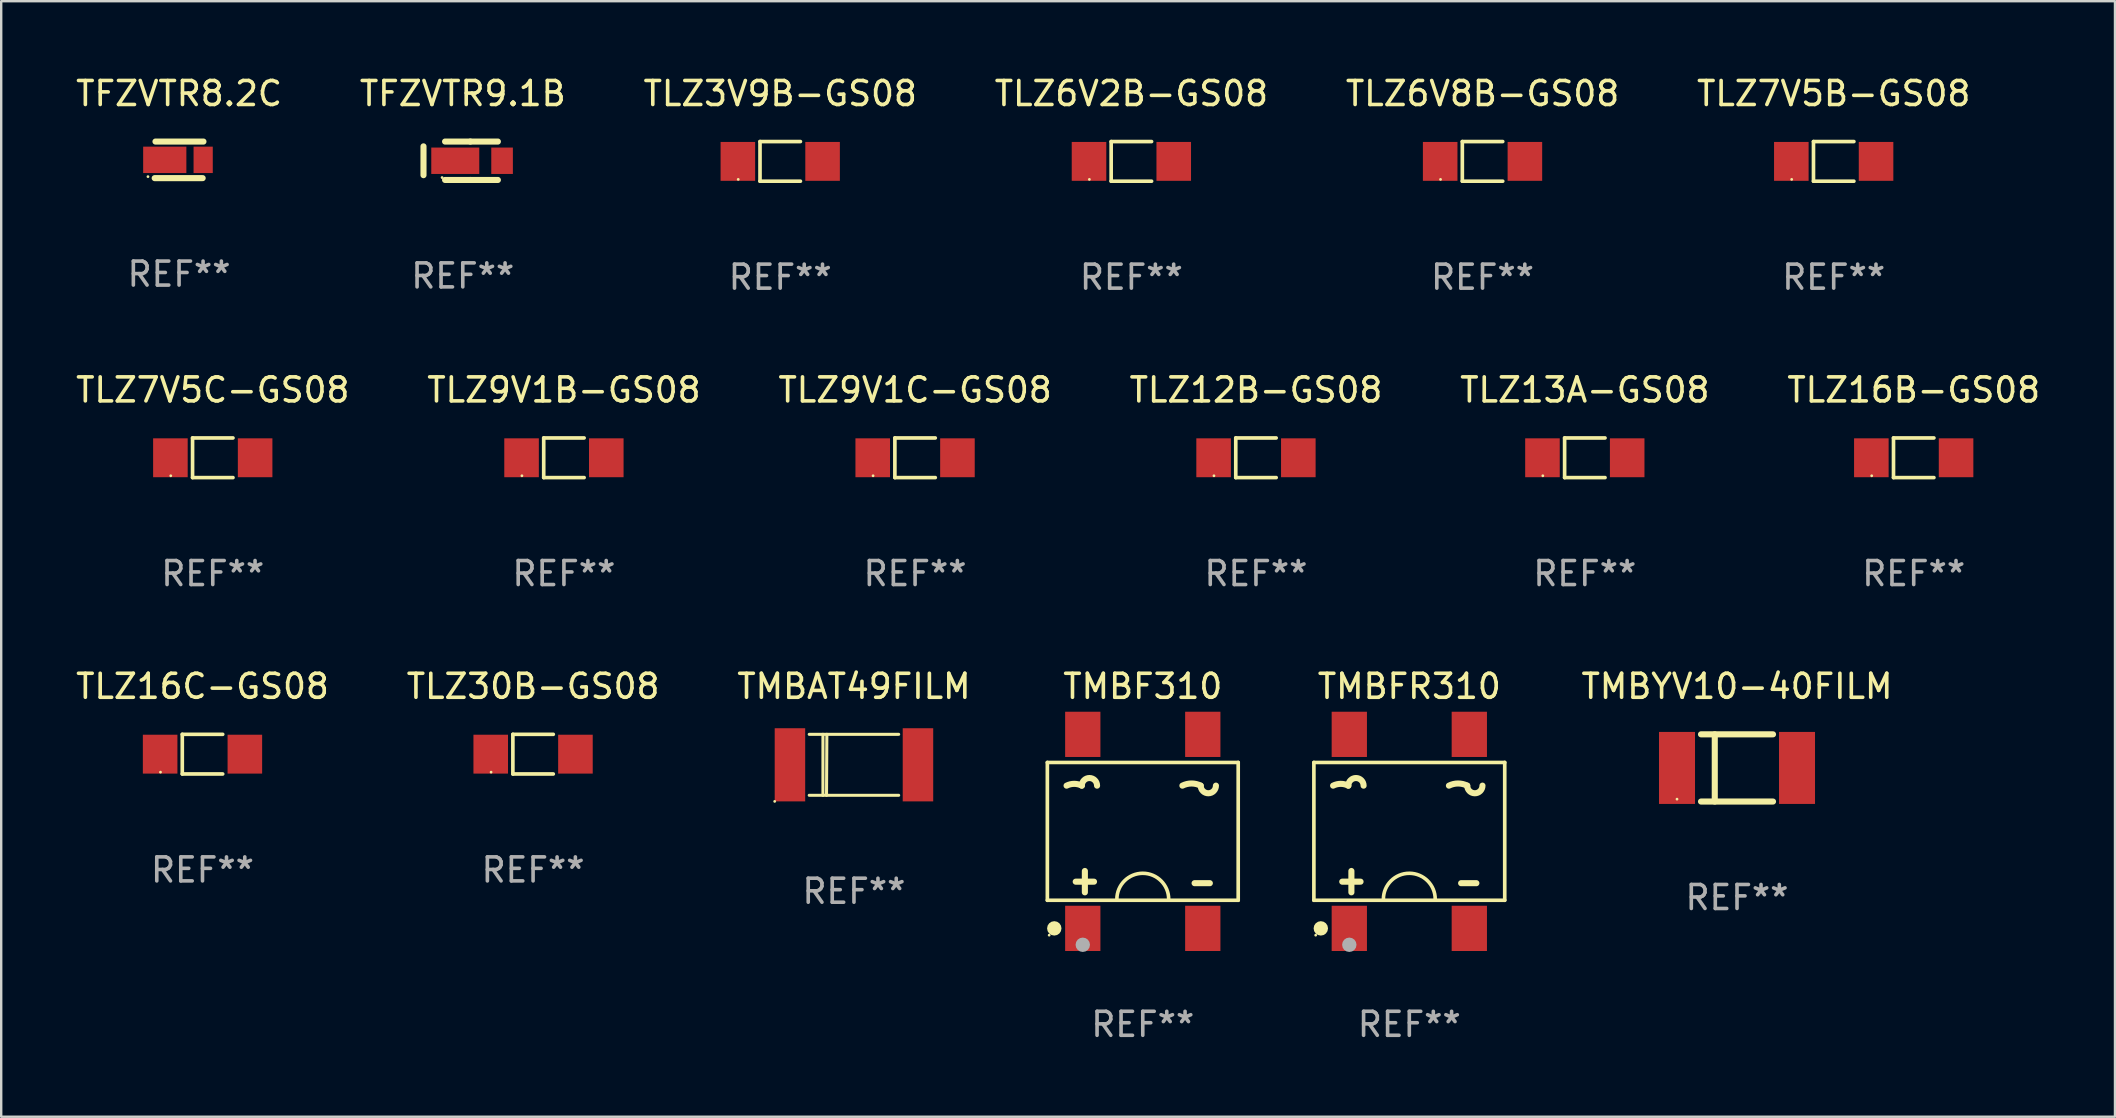
<source format=kicad_pcb>
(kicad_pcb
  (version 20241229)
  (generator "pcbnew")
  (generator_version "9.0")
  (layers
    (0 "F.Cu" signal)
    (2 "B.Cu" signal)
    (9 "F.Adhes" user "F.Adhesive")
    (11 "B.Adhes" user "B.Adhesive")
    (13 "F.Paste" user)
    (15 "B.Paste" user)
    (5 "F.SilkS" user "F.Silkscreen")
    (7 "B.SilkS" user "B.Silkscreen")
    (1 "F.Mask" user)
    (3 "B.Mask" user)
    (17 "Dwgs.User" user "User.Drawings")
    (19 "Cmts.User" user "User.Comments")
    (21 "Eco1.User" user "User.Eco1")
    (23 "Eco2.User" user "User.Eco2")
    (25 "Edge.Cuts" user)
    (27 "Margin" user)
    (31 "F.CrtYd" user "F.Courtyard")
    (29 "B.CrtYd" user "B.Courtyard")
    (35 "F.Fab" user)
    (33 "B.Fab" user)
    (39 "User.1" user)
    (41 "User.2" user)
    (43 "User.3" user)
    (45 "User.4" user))
  (footprint "TLZ30B-GS08"
    (layer "F.Cu")
    (at 19.161 28.372)
    (property "Reference" "TLZ30B-GS08" (at 0 -2.826 0) (layer "F.SilkS") (effects (font (size 1 1) (thickness 0.15))))
    (attr through_hole)
    (fp_line (start -0.842 -0.826) (end -0.842 0.826) (stroke (width 0.152) (type solid)) (layer "F.SilkS"))
    (fp_line (start -0.842 -0.826) (end 0.842 -0.826) (stroke (width 0.152) (type solid)) (layer "F.SilkS"))
    (fp_line (start -0.842 0.826) (end 0.842 0.826) (stroke (width 0.152) (type solid)) (layer "F.SilkS"))
    (fp_circle (center -1.75 0.75) (end -1.72 0.75) (stroke (width 0.06) (type solid)) (fill no) (layer "F.SilkS"))
    (fp_text user "REF**" (at 0 4.826 0) (layer "F.Fab") (effects (font (size 1 1) (thickness 0.15))))
    (pad "1" smd rect (at -1.765 0) (size 1.44 1.62) (layers "F.Cu" "F.Mask" "F.Paste"))
    (pad "2" smd rect (at 1.765 0) (size 1.44 1.62) (layers "F.Cu" "F.Mask" "F.Paste")))
  (footprint "TLZ13A-GS08"
    (layer "F.Cu")
    (at 62.982 16.023)
    (property "Reference" "TLZ13A-GS08" (at 0 -2.826 0) (layer "F.SilkS") (effects (font (size 1 1) (thickness 0.15))))
    (attr through_hole)
    (fp_line (start -0.842 -0.826) (end -0.842 0.826) (stroke (width 0.152) (type solid)) (layer "F.SilkS"))
    (fp_line (start -0.842 -0.826) (end 0.842 -0.826) (stroke (width 0.152) (type solid)) (layer "F.SilkS"))
    (fp_line (start -0.842 0.826) (end 0.842 0.826) (stroke (width 0.152) (type solid)) (layer "F.SilkS"))
    (fp_circle (center -1.75 0.75) (end -1.72 0.75) (stroke (width 0.06) (type solid)) (fill no) (layer "F.SilkS"))
    (fp_text user "REF**" (at 0 4.826 0) (layer "F.Fab") (effects (font (size 1 1) (thickness 0.15))))
    (pad "1" smd rect (at -1.765 0) (size 1.44 1.62) (layers "F.Cu" "F.Mask" "F.Paste"))
    (pad "2" smd rect (at 1.765 0) (size 1.44 1.62) (layers "F.Cu" "F.Mask" "F.Paste")))
  (footprint "TLZ7V5B-GS08"
    (layer "F.Cu")
    (at 73.351 3.674)
    (property "Reference" "TLZ7V5B-GS08" (at 0 -2.826 0) (layer "F.SilkS") (effects (font (size 1 1) (thickness 0.15))))
    (attr through_hole)
    (fp_line (start -0.842 -0.826) (end -0.842 0.826) (stroke (width 0.152) (type solid)) (layer "F.SilkS"))
    (fp_line (start -0.842 -0.826) (end 0.842 -0.826) (stroke (width 0.152) (type solid)) (layer "F.SilkS"))
    (fp_line (start -0.842 0.826) (end 0.842 0.826) (stroke (width 0.152) (type solid)) (layer "F.SilkS"))
    (fp_circle (center -1.75 0.75) (end -1.72 0.75) (stroke (width 0.06) (type solid)) (fill no) (layer "F.SilkS"))
    (fp_text user "REF**" (at 0 4.826 0) (layer "F.Fab") (effects (font (size 1 1) (thickness 0.15))))
    (pad "1" smd rect (at -1.765 0) (size 1.44 1.62) (layers "F.Cu" "F.Mask" "F.Paste"))
    (pad "2" smd rect (at 1.765 0) (size 1.44 1.62) (layers "F.Cu" "F.Mask" "F.Paste")))
  (footprint "TMBFR310"
    (layer "F.Cu")
    (at 55.669 31.589)
    (property "Reference" "TMBFR310" (at 0 -6.042 0) (layer "F.SilkS") (effects (font (size 1 1) (thickness 0.15))))
    (attr through_hole)
    (fp_line (start -3.976 -2.871) (end 3.976 -2.871) (stroke (width 0.152) (type solid)) (layer "F.SilkS"))
    (fp_line (start -3.976 2.871) (end -3.976 -2.871) (stroke (width 0.152) (type solid)) (layer "F.SilkS"))
    (fp_line (start -2.794 2.096) (end -2.032 2.096) (stroke (width 0.254) (type solid)) (layer "F.SilkS"))
    (fp_line (start -2.413 1.651) (end -2.413 2.54) (stroke (width 0.254) (type solid)) (layer "F.SilkS"))
    (fp_line (start 2.159 2.159) (end 2.794 2.159) (stroke (width 0.254) (type solid)) (layer "F.SilkS"))
    (fp_line (start 3.976 -2.871) (end 3.976 2.871) (stroke (width 0.152) (type solid)) (layer "F.SilkS"))
    (fp_line (start 3.976 2.871) (end -3.976 2.871) (stroke (width 0.152) (type solid)) (layer "F.SilkS"))
    (fp_arc (start -3.175006 -1.905004) (mid -2.857506 -1.979955) (end -2.540005 -1.905004) (stroke (width 0.254001) (type solid)) (layer "F.SilkS"))
    (fp_arc (start -2.540004 -1.905004) (mid -2.222504 -2.222504) (end -1.905004 -1.905004) (stroke (width 0.254001) (type solid)) (layer "F.SilkS"))
    (fp_arc (start -1.079502 2.825756) (mid 0 1.746254) (end 1.079502 2.825756) (stroke (width 0.150013) (type solid)) (layer "F.SilkS"))
    (fp_arc (start 1.651003 -1.905004) (mid 2.032004 -1.994946) (end 2.413005 -1.905004) (stroke (width 0.254001) (type solid)) (layer "F.SilkS"))
    (fp_arc (start 3.048006 -1.905004) (mid 2.730505 -1.587503) (end 2.413004 -1.905004) (stroke (width 0.254001) (type solid)) (layer "F.SilkS"))
    (fp_circle (center -3.9 4.325) (end -3.87 4.325) (stroke (width 0.06) (type solid)) (fill no) (layer "F.SilkS"))
    (fp_circle (center -3.687 4.042) (end -3.537 4.042) (stroke (width 0.3) (type solid)) (fill no) (layer "F.SilkS"))
    (fp_circle (center -2.5 4.725) (end -2.35 4.725) (stroke (width 0.3) (type solid)) (fill no) (layer "F.Fab"))
    (fp_text user "REF**" (at 0 8.042 0) (layer "F.Fab") (effects (font (size 1 1) (thickness 0.15))))
    (pad "1" smd rect (at -2.5 4.042) (size 1.47 1.885) (layers "F.Cu" "F.Mask" "F.Paste"))
    (pad "2" smd rect (at 2.5 4.042) (size 1.47 1.885) (layers "F.Cu" "F.Mask" "F.Paste"))
    (pad "3" smd rect (at 2.5 -4.042) (size 1.47 1.885) (layers "F.Cu" "F.Mask" "F.Paste"))
    (pad "4" smd rect (at -2.5 -4.042) (size 1.47 1.885) (layers "F.Cu" "F.Mask" "F.Paste")))
  (footprint "TLZ7V5C-GS08"
    (layer "F.Cu")
    (at 5.815 16.023)
    (property "Reference" "TLZ7V5C-GS08" (at 0 -2.826 0) (layer "F.SilkS") (effects (font (size 1 1) (thickness 0.15))))
    (attr through_hole)
    (fp_line (start -0.842 -0.826) (end -0.842 0.826) (stroke (width 0.152) (type solid)) (layer "F.SilkS"))
    (fp_line (start -0.842 -0.826) (end 0.842 -0.826) (stroke (width 0.152) (type solid)) (layer "F.SilkS"))
    (fp_line (start -0.842 0.826) (end 0.842 0.826) (stroke (width 0.152) (type solid)) (layer "F.SilkS"))
    (fp_circle (center -1.75 0.75) (end -1.72 0.75) (stroke (width 0.06) (type solid)) (fill no) (layer "F.SilkS"))
    (fp_text user "REF**" (at 0 4.826 0) (layer "F.Fab") (effects (font (size 1 1) (thickness 0.15))))
    (pad "1" smd rect (at -1.765 0) (size 1.44 1.62) (layers "F.Cu" "F.Mask" "F.Paste"))
    (pad "2" smd rect (at 1.765 0) (size 1.44 1.62) (layers "F.Cu" "F.Mask" "F.Paste")))
  (footprint "TMBAT49FILM"
    (layer "F.Cu")
    (at 32.53 28.816)
    (property "Reference" "TMBAT49FILM" (at 0 -3.27 0) (layer "F.SilkS") (effects (font (size 1 1) (thickness 0.15))))
    (attr through_hole)
    (fp_line (start -1.292 1.27) (end -1.292 -1.27) (stroke (width 0.127) (type solid)) (layer "F.SilkS"))
    (fp_line (start -1.143 1.27) (end -1.129 -1.27) (stroke (width 0.127) (type solid)) (layer "F.SilkS"))
    (fp_line (start 1.864 -1.27) (end -1.864 -1.27) (stroke (width 0.127) (type solid)) (layer "F.SilkS"))
    (fp_line (start 1.864 1.27) (end -1.864 1.27) (stroke (width 0.127) (type solid)) (layer "F.SilkS"))
    (fp_circle (center -3.302 1.524) (end -3.272 1.524) (stroke (width 0.06) (type solid)) (fill no) (layer "F.SilkS"))
    (fp_text user "REF**" (at 0 5.27 0) (layer "F.Fab") (effects (font (size 1 1) (thickness 0.15))))
    (pad "1" smd rect (at -2.667 0) (size 1.27 3.048) (layers "F.Cu" "F.Mask" "F.Paste"))
    (pad "2" smd rect (at 2.667 0) (size 1.27 3.048) (layers "F.Cu" "F.Mask" "F.Paste")))
  (footprint "TLZ12B-GS08"
    (layer "F.Cu")
    (at 49.28 16.023)
    (property "Reference" "TLZ12B-GS08" (at 0 -2.826 0) (layer "F.SilkS") (effects (font (size 1 1) (thickness 0.15))))
    (attr through_hole)
    (fp_line (start -0.842 -0.826) (end -0.842 0.826) (stroke (width 0.152) (type solid)) (layer "F.SilkS"))
    (fp_line (start -0.842 -0.826) (end 0.842 -0.826) (stroke (width 0.152) (type solid)) (layer "F.SilkS"))
    (fp_line (start -0.842 0.826) (end 0.842 0.826) (stroke (width 0.152) (type solid)) (layer "F.SilkS"))
    (fp_circle (center -1.75 0.75) (end -1.72 0.75) (stroke (width 0.06) (type solid)) (fill no) (layer "F.SilkS"))
    (fp_text user "REF**" (at 0 4.826 0) (layer "F.Fab") (effects (font (size 1 1) (thickness 0.15))))
    (pad "1" smd rect (at -1.765 0) (size 1.44 1.62) (layers "F.Cu" "F.Mask" "F.Paste"))
    (pad "2" smd rect (at 1.765 0) (size 1.44 1.62) (layers "F.Cu" "F.Mask" "F.Paste")))
  (footprint "TMBYV10-40FILM"
    (layer "F.Cu")
    (at 69.323 28.946)
    (property "Reference" "TMBYV10-40FILM" (at 0 -3.4 0) (layer "F.SilkS") (effects (font (size 1 1) (thickness 0.15))))
    (attr through_hole)
    (fp_line (start -1.5 -1.4) (end 1.5 -1.4) (stroke (width 0.254) (type solid)) (layer "F.SilkS"))
    (fp_line (start -1.5 1.4) (end 1.5 1.4) (stroke (width 0.254) (type solid)) (layer "F.SilkS"))
    (fp_line (start -0.927 -1.4) (end -0.927 1.4) (stroke (width 0.254) (type solid)) (layer "F.SilkS"))
    (fp_circle (center -2.5 1.3) (end -2.47 1.3) (stroke (width 0.06) (type solid)) (fill no) (layer "F.SilkS"))
    (fp_text user "REF**" (at 0 5.4 0) (layer "F.Fab") (effects (font (size 1 1) (thickness 0.15))))
    (pad "1" smd rect (at -2.5 0 90) (size 3 1.5) (layers "F.Cu" "F.Mask" "F.Paste"))
    (pad "2" smd rect (at 2.5 0 90) (size 3 1.5) (layers "F.Cu" "F.Mask" "F.Paste")))
  (footprint "TFZVTR9.1B"
    (layer "F.Cu")
    (at 16.232 3.648)
    (property "Reference" "TFZVTR9.1B" (at 0 -2.8 0) (layer "F.SilkS") (effects (font (size 1 1) (thickness 0.15))))
    (attr through_hole)
    (fp_line (start -1.637 -0.6) (end -1.637 0.6) (stroke (width 0.254) (type solid)) (layer "F.SilkS"))
    (fp_line (start -0.738 -0.8) (end 0.314 -0.8) (stroke (width 0.254) (type solid)) (layer "F.SilkS"))
    (fp_line (start -0.738 0.8) (end 0.314 0.8) (stroke (width 0.254) (type solid)) (layer "F.SilkS"))
    (fp_line (start 0.314 0.8) (end 1.462 0.8) (stroke (width 0.254) (type solid)) (layer "F.SilkS"))
    (fp_line (start 0.314 -0.8) (end 1.462 -0.8) (stroke (width 0.254) (type solid)) (layer "F.SilkS"))
    (fp_circle (center -0.862 0.7) (end -0.832 0.7) (stroke (width 0.06) (type solid)) (fill no) (layer "F.SilkS"))
    (fp_text user "REF**" (at 0 4.8 0) (layer "F.Fab") (effects (font (size 1 1) (thickness 0.15))))
    (pad "1" smd rect (at -0.313 -0.000064) (size 2 1.1) (layers "F.Cu" "F.Mask" "F.Paste"))
    (pad "2" smd rect (at 1.637 -0.000064) (size 0.9 1.1) (layers "F.Cu" "F.Mask" "F.Paste")))
  (footprint "TLZ6V2B-GS08"
    (layer "F.Cu")
    (at 44.089 3.674)
    (property "Reference" "TLZ6V2B-GS08" (at 0 -2.826 0) (layer "F.SilkS") (effects (font (size 1 1) (thickness 0.15))))
    (attr through_hole)
    (fp_line (start -0.842 -0.826) (end -0.842 0.826) (stroke (width 0.152) (type solid)) (layer "F.SilkS"))
    (fp_line (start -0.842 -0.826) (end 0.842 -0.826) (stroke (width 0.152) (type solid)) (layer "F.SilkS"))
    (fp_line (start -0.842 0.826) (end 0.842 0.826) (stroke (width 0.152) (type solid)) (layer "F.SilkS"))
    (fp_circle (center -1.75 0.75) (end -1.72 0.75) (stroke (width 0.06) (type solid)) (fill no) (layer "F.SilkS"))
    (fp_text user "REF**" (at 0 4.826 0) (layer "F.Fab") (effects (font (size 1 1) (thickness 0.15))))
    (pad "1" smd rect (at -1.765 0) (size 1.44 1.62) (layers "F.Cu" "F.Mask" "F.Paste"))
    (pad "2" smd rect (at 1.765 0) (size 1.44 1.62) (layers "F.Cu" "F.Mask" "F.Paste")))
  (footprint "TLZ9V1B-GS08"
    (layer "F.Cu")
    (at 20.446 16.023)
    (property "Reference" "TLZ9V1B-GS08" (at 0 -2.826 0) (layer "F.SilkS") (effects (font (size 1 1) (thickness 0.15))))
    (attr through_hole)
    (fp_line (start -0.842 -0.826) (end -0.842 0.826) (stroke (width 0.152) (type solid)) (layer "F.SilkS"))
    (fp_line (start -0.842 -0.826) (end 0.842 -0.826) (stroke (width 0.152) (type solid)) (layer "F.SilkS"))
    (fp_line (start -0.842 0.826) (end 0.842 0.826) (stroke (width 0.152) (type solid)) (layer "F.SilkS"))
    (fp_circle (center -1.75 0.75) (end -1.72 0.75) (stroke (width 0.06) (type solid)) (fill no) (layer "F.SilkS"))
    (fp_text user "REF**" (at 0 4.826 0) (layer "F.Fab") (effects (font (size 1 1) (thickness 0.15))))
    (pad "1" smd rect (at -1.765 0) (size 1.44 1.62) (layers "F.Cu" "F.Mask" "F.Paste"))
    (pad "2" smd rect (at 1.765 0) (size 1.44 1.62) (layers "F.Cu" "F.Mask" "F.Paste")))
  (footprint "TMBF310"
    (layer "F.Cu")
    (at 44.564 31.589)
    (property "Reference" "TMBF310" (at 0 -6.042 0) (layer "F.SilkS") (effects (font (size 1 1) (thickness 0.15))))
    (attr through_hole)
    (fp_line (start -3.976 -2.871) (end 3.976 -2.871) (stroke (width 0.152) (type solid)) (layer "F.SilkS"))
    (fp_line (start -3.976 2.871) (end -3.976 -2.871) (stroke (width 0.152) (type solid)) (layer "F.SilkS"))
    (fp_line (start -2.794 2.096) (end -2.032 2.096) (stroke (width 0.254) (type solid)) (layer "F.SilkS"))
    (fp_line (start -2.413 1.651) (end -2.413 2.54) (stroke (width 0.254) (type solid)) (layer "F.SilkS"))
    (fp_line (start 2.159 2.159) (end 2.794 2.159) (stroke (width 0.254) (type solid)) (layer "F.SilkS"))
    (fp_line (start 3.976 -2.871) (end 3.976 2.871) (stroke (width 0.152) (type solid)) (layer "F.SilkS"))
    (fp_line (start 3.976 2.871) (end -3.976 2.871) (stroke (width 0.152) (type solid)) (layer "F.SilkS"))
    (fp_arc (start -3.175006 -1.905004) (mid -2.857506 -1.979955) (end -2.540005 -1.905004) (stroke (width 0.254001) (type solid)) (layer "F.SilkS"))
    (fp_arc (start -2.540004 -1.905004) (mid -2.222504 -2.222504) (end -1.905004 -1.905004) (stroke (width 0.254001) (type solid)) (layer "F.SilkS"))
    (fp_arc (start -1.079502 2.825756) (mid 0 1.746254) (end 1.079502 2.825756) (stroke (width 0.150013) (type solid)) (layer "F.SilkS"))
    (fp_arc (start 1.651003 -1.905004) (mid 2.032004 -1.994946) (end 2.413005 -1.905004) (stroke (width 0.254001) (type solid)) (layer "F.SilkS"))
    (fp_arc (start 3.048006 -1.905004) (mid 2.730505 -1.587503) (end 2.413004 -1.905004) (stroke (width 0.254001) (type solid)) (layer "F.SilkS"))
    (fp_circle (center -3.9 4.325) (end -3.87 4.325) (stroke (width 0.06) (type solid)) (fill no) (layer "F.SilkS"))
    (fp_circle (center -3.687 4.042) (end -3.537 4.042) (stroke (width 0.3) (type solid)) (fill no) (layer "F.SilkS"))
    (fp_circle (center -2.5 4.725) (end -2.35 4.725) (stroke (width 0.3) (type solid)) (fill no) (layer "F.Fab"))
    (fp_text user "REF**" (at 0 8.042 0) (layer "F.Fab") (effects (font (size 1 1) (thickness 0.15))))
    (pad "1" smd rect (at -2.5 4.042) (size 1.47 1.885) (layers "F.Cu" "F.Mask" "F.Paste"))
    (pad "2" smd rect (at 2.5 4.042) (size 1.47 1.885) (layers "F.Cu" "F.Mask" "F.Paste"))
    (pad "3" smd rect (at 2.5 -4.042) (size 1.47 1.885) (layers "F.Cu" "F.Mask" "F.Paste"))
    (pad "4" smd rect (at -2.5 -4.042) (size 1.47 1.885) (layers "F.Cu" "F.Mask" "F.Paste")))
  (footprint "TLZ6V8B-GS08"
    (layer "F.Cu")
    (at 58.72 3.674)
    (property "Reference" "TLZ6V8B-GS08" (at 0 -2.826 0) (layer "F.SilkS") (effects (font (size 1 1) (thickness 0.15))))
    (attr through_hole)
    (fp_line (start -0.842 -0.826) (end -0.842 0.826) (stroke (width 0.152) (type solid)) (layer "F.SilkS"))
    (fp_line (start -0.842 -0.826) (end 0.842 -0.826) (stroke (width 0.152) (type solid)) (layer "F.SilkS"))
    (fp_line (start -0.842 0.826) (end 0.842 0.826) (stroke (width 0.152) (type solid)) (layer "F.SilkS"))
    (fp_circle (center -1.75 0.75) (end -1.72 0.75) (stroke (width 0.06) (type solid)) (fill no) (layer "F.SilkS"))
    (fp_text user "REF**" (at 0 4.826 0) (layer "F.Fab") (effects (font (size 1 1) (thickness 0.15))))
    (pad "1" smd rect (at -1.765 0) (size 1.44 1.62) (layers "F.Cu" "F.Mask" "F.Paste"))
    (pad "2" smd rect (at 1.765 0) (size 1.44 1.62) (layers "F.Cu" "F.Mask" "F.Paste")))
  (footprint "TLZ9V1C-GS08"
    (layer "F.Cu")
    (at 35.077 16.023)
    (property "Reference" "TLZ9V1C-GS08" (at 0 -2.826 0) (layer "F.SilkS") (effects (font (size 1 1) (thickness 0.15))))
    (attr through_hole)
    (fp_line (start -0.842 -0.826) (end -0.842 0.826) (stroke (width 0.152) (type solid)) (layer "F.SilkS"))
    (fp_line (start -0.842 -0.826) (end 0.842 -0.826) (stroke (width 0.152) (type solid)) (layer "F.SilkS"))
    (fp_line (start -0.842 0.826) (end 0.842 0.826) (stroke (width 0.152) (type solid)) (layer "F.SilkS"))
    (fp_circle (center -1.75 0.75) (end -1.72 0.75) (stroke (width 0.06) (type solid)) (fill no) (layer "F.SilkS"))
    (fp_text user "REF**" (at 0 4.826 0) (layer "F.Fab") (effects (font (size 1 1) (thickness 0.15))))
    (pad "1" smd rect (at -1.765 0) (size 1.44 1.62) (layers "F.Cu" "F.Mask" "F.Paste"))
    (pad "2" smd rect (at 1.765 0) (size 1.44 1.62) (layers "F.Cu" "F.Mask" "F.Paste")))
  (footprint "TLZ3V9B-GS08"
    (layer "F.Cu")
    (at 29.458 3.674)
    (property "Reference" "TLZ3V9B-GS08" (at 0 -2.826 0) (layer "F.SilkS") (effects (font (size 1 1) (thickness 0.15))))
    (attr through_hole)
    (fp_line (start -0.842 -0.826) (end -0.842 0.826) (stroke (width 0.152) (type solid)) (layer "F.SilkS"))
    (fp_line (start -0.842 -0.826) (end 0.842 -0.826) (stroke (width 0.152) (type solid)) (layer "F.SilkS"))
    (fp_line (start -0.842 0.826) (end 0.842 0.826) (stroke (width 0.152) (type solid)) (layer "F.SilkS"))
    (fp_circle (center -1.75 0.75) (end -1.72 0.75) (stroke (width 0.06) (type solid)) (fill no) (layer "F.SilkS"))
    (fp_text user "REF**" (at 0 4.826 0) (layer "F.Fab") (effects (font (size 1 1) (thickness 0.15))))
    (pad "1" smd rect (at -1.765 0) (size 1.44 1.62) (layers "F.Cu" "F.Mask" "F.Paste"))
    (pad "2" smd rect (at 1.765 0) (size 1.44 1.62) (layers "F.Cu" "F.Mask" "F.Paste")))
  (footprint "TLZ16C-GS08"
    (layer "F.Cu")
    (at 5.387 28.372)
    (property "Reference" "TLZ16C-GS08" (at 0 -2.826 0) (layer "F.SilkS") (effects (font (size 1 1) (thickness 0.15))))
    (attr through_hole)
    (fp_line (start -0.842 -0.826) (end -0.842 0.826) (stroke (width 0.152) (type solid)) (layer "F.SilkS"))
    (fp_line (start -0.842 -0.826) (end 0.842 -0.826) (stroke (width 0.152) (type solid)) (layer "F.SilkS"))
    (fp_line (start -0.842 0.826) (end 0.842 0.826) (stroke (width 0.152) (type solid)) (layer "F.SilkS"))
    (fp_circle (center -1.75 0.75) (end -1.72 0.75) (stroke (width 0.06) (type solid)) (fill no) (layer "F.SilkS"))
    (fp_text user "REF**" (at 0 4.826 0) (layer "F.Fab") (effects (font (size 1 1) (thickness 0.15))))
    (pad "1" smd rect (at -1.765 0) (size 1.44 1.62) (layers "F.Cu" "F.Mask" "F.Paste"))
    (pad "2" smd rect (at 1.765 0) (size 1.44 1.62) (layers "F.Cu" "F.Mask" "F.Paste")))
  (footprint "TFZVTR8.2C"
    (layer "F.Cu")
    (at 4.411 3.61)
    (property "Reference" "TFZVTR8.2C" (at 0 -2.762 0) (layer "F.SilkS") (effects (font (size 1 1) (thickness 0.15))))
    (attr through_hole)
    (fp_line (start -1.016 0.762) (end 0.983 0.762) (stroke (width 0.254) (type solid)) (layer "F.SilkS"))
    (fp_line (start -0.983 -0.762) (end 1.016 -0.762) (stroke (width 0.254) (type solid)) (layer "F.SilkS"))
    (fp_circle (center -1.296 0.7) (end -1.266 0.7) (stroke (width 0.06) (type solid)) (fill no) (layer "F.SilkS"))
    (fp_text user "REF**" (at 0 4.762 0) (layer "F.Fab") (effects (font (size 1 1) (thickness 0.15))))
    (pad "1" smd rect (at -0.596 0 180) (size 1.8 1.1) (layers "F.Cu" "F.Mask" "F.Paste"))
    (pad "2" smd rect (at 1.004 0 180) (size 0.8 1.1) (layers "F.Cu" "F.Mask" "F.Paste")))
  (footprint "TLZ16B-GS08"
    (layer "F.Cu")
    (at 76.685 16.023)
    (property "Reference" "TLZ16B-GS08" (at 0 -2.826 0) (layer "F.SilkS") (effects (font (size 1 1) (thickness 0.15))))
    (attr through_hole)
    (fp_line (start -0.842 -0.826) (end -0.842 0.826) (stroke (width 0.152) (type solid)) (layer "F.SilkS"))
    (fp_line (start -0.842 -0.826) (end 0.842 -0.826) (stroke (width 0.152) (type solid)) (layer "F.SilkS"))
    (fp_line (start -0.842 0.826) (end 0.842 0.826) (stroke (width 0.152) (type solid)) (layer "F.SilkS"))
    (fp_circle (center -1.75 0.75) (end -1.72 0.75) (stroke (width 0.06) (type solid)) (fill no) (layer "F.SilkS"))
    (fp_text user "REF**" (at 0 4.826 0) (layer "F.Fab") (effects (font (size 1 1) (thickness 0.15))))
    (pad "1" smd rect (at -1.765 0) (size 1.44 1.62) (layers "F.Cu" "F.Mask" "F.Paste"))
    (pad "2" smd rect (at 1.765 0) (size 1.44 1.62) (layers "F.Cu" "F.Mask" "F.Paste")))
  (gr_rect
    (start -3 -3)
    (end 85.071 43.479)
    (stroke (width 0.1) (type default))
    (fill no)
    (layer "Edge.Cuts")))
</source>
